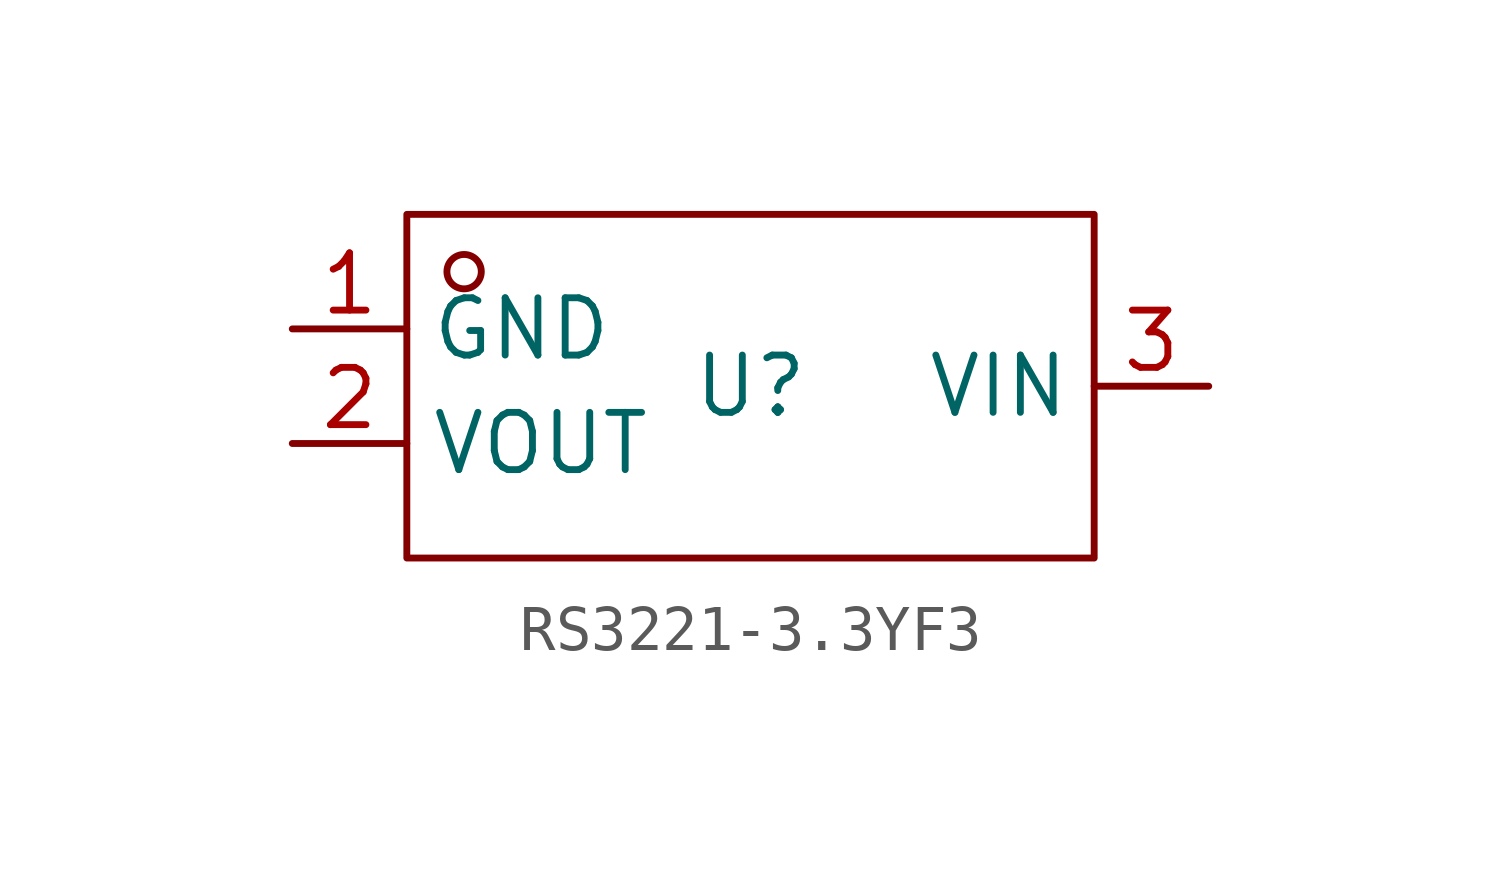
<source format=kicad_sym>
(kicad_symbol_lib
  (version 20241209)
  (generator "kicad_symbol_editor")
  (generator_version "9.0")
  (symbol "RS3221-3.3YF3"
    (property "Reference" "U"
      (at 0 0 0)
      (effects (font (size 1.27 1.27))))
    (property "Value" ""
      (at 0 0 0)
      (effects (font (size 1.27 1.27))))
    (symbol "RS3221-3.3YF3_1_0"
      (rectangle (start -7.62 -3.81) (end 7.62 3.81) (stroke (width 0) (type default)) (fill (type none)))
      (circle (center -6.35 2.54) (radius 0.381) (stroke (width 0) (type default)) (fill (type none)))
      (pin unspecified line (at -10.16 1.27 0) (length 2.54) (name "GND" (effects (font (size 1.27 1.27)))) (number "1" (effects (font (size 1.27 1.27)))))
      (pin unspecified line (at -10.16 -1.27 0) (length 2.54) (name "VOUT" (effects (font (size 1.27 1.27)))) (number "2" (effects (font (size 1.27 1.27)))))
      (pin unspecified line (at 10.16 0 180) (length 2.54) (name "VIN" (effects (font (size 1.27 1.27)))) (number "3" (effects (font (size 1.27 1.27))))))))
</source>
